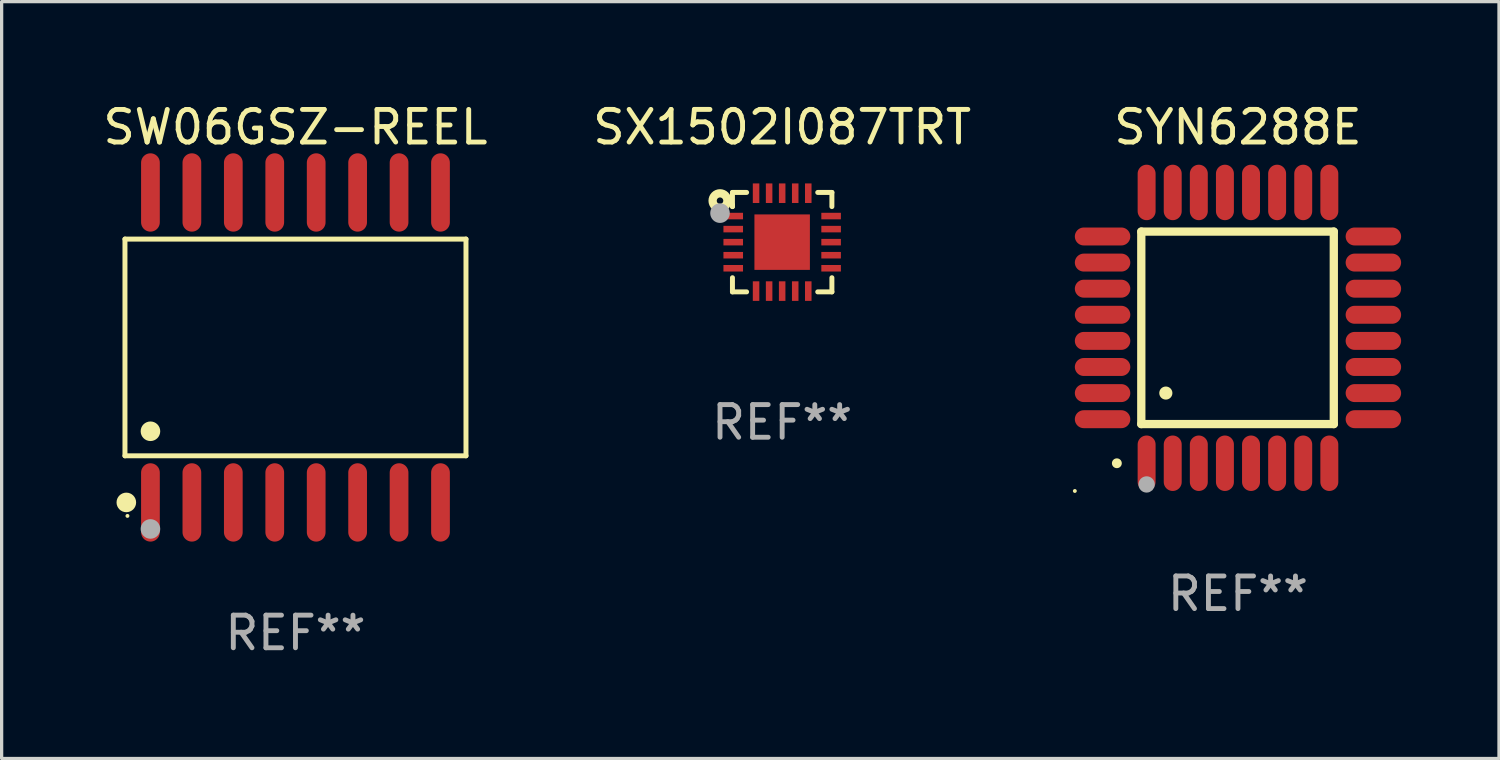
<source format=kicad_pcb>
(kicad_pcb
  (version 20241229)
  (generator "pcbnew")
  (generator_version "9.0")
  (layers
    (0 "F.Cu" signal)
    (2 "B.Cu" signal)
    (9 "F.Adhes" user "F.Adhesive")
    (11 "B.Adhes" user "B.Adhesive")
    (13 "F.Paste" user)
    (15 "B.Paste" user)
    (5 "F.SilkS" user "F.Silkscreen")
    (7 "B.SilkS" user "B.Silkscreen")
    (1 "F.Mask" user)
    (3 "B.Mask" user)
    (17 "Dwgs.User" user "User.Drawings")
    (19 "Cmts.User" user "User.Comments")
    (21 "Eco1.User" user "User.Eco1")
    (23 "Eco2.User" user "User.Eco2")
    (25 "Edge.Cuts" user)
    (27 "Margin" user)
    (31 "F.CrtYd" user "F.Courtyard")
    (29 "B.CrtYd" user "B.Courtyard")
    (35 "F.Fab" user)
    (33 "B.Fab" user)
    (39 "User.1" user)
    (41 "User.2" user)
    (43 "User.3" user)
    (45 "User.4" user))
  (footprint "SYN6288E"
    (layer "F.Cu")
    (at 34.893 6.998)
    (property "Reference" "SYN6288E" (at 0 -6.15 0) (layer "F.SilkS") (effects (font (size 1 1) (thickness 0.15))))
    (attr through_hole)
    (fp_line (start -2.963 -2.95) (end -2.963 2.95) (stroke (width 0.254) (type solid)) (layer "F.SilkS"))
    (fp_line (start -2.963 2.95) (end 2.937 2.95) (stroke (width 0.254) (type solid)) (layer "F.SilkS"))
    (fp_line (start 2.937 -2.95) (end -2.963 -2.95) (stroke (width 0.254) (type solid)) (layer "F.SilkS"))
    (fp_line (start 2.937 2.95) (end 2.937 -2.95) (stroke (width 0.254) (type solid)) (layer "F.SilkS"))
    (fp_arc (start -3.713487 4.150368) (mid -3.712217 4.150363) (end -3.710947 4.150368) (stroke (width 0.3) (type solid)) (layer "F.SilkS"))
    (fp_arc (start -2.212344 1.998984) (mid -2.211074 1.99898) (end -2.209804 1.998984) (stroke (width 0.4) (type solid)) (layer "F.SilkS"))
    (fp_circle (center -5 5) (end -4.97 5) (stroke (width 0.06) (type solid)) (fill no) (layer "F.SilkS"))
    (fp_circle (center -2.8 4.8) (end -2.675 4.8) (stroke (width 0.25) (type solid)) (fill no) (layer "F.Fab"))
    (fp_text user "REF**" (at 0 8.15 0) (layer "F.Fab") (effects (font (size 1 1) (thickness 0.15))))
    (pad "1" smd oval (at -2.8 4.15 180) (size 0.55 1.7) (layers "F.Cu" "F.Mask" "F.Paste"))
    (pad "2" smd oval (at -2 4.15 180) (size 0.55 1.7) (layers "F.Cu" "F.Mask" "F.Paste"))
    (pad "3" smd oval (at -1.2 4.15 180) (size 0.55 1.7) (layers "F.Cu" "F.Mask" "F.Paste"))
    (pad "4" smd oval (at -0.4 4.15 180) (size 0.55 1.7) (layers "F.Cu" "F.Mask" "F.Paste"))
    (pad "5" smd oval (at 0.4 4.15 180) (size 0.55 1.7) (layers "F.Cu" "F.Mask" "F.Paste"))
    (pad "6" smd oval (at 1.2 4.15 180) (size 0.55 1.7) (layers "F.Cu" "F.Mask" "F.Paste"))
    (pad "7" smd oval (at 2 4.15 180) (size 0.55 1.7) (layers "F.Cu" "F.Mask" "F.Paste"))
    (pad "8" smd oval (at 2.8 4.15 180) (size 0.55 1.7) (layers "F.Cu" "F.Mask" "F.Paste"))
    (pad "9" smd oval (at 4.15 2.8 90) (size 0.55 1.7) (layers "F.Cu" "F.Mask" "F.Paste"))
    (pad "10" smd oval (at 4.15 2 90) (size 0.55 1.7) (layers "F.Cu" "F.Mask" "F.Paste"))
    (pad "11" smd oval (at 4.15 1.2 90) (size 0.55 1.7) (layers "F.Cu" "F.Mask" "F.Paste"))
    (pad "12" smd oval (at 4.15 0.4 90) (size 0.55 1.7) (layers "F.Cu" "F.Mask" "F.Paste"))
    (pad "13" smd oval (at 4.15 -0.4 90) (size 0.55 1.7) (layers "F.Cu" "F.Mask" "F.Paste"))
    (pad "14" smd oval (at 4.15 -1.2 90) (size 0.55 1.7) (layers "F.Cu" "F.Mask" "F.Paste"))
    (pad "15" smd oval (at 4.15 -2 90) (size 0.55 1.7) (layers "F.Cu" "F.Mask" "F.Paste"))
    (pad "16" smd oval (at 4.15 -2.8 90) (size 0.55 1.7) (layers "F.Cu" "F.Mask" "F.Paste"))
    (pad "17" smd oval (at 2.8 -4.15 180) (size 0.55 1.7) (layers "F.Cu" "F.Mask" "F.Paste"))
    (pad "18" smd oval (at 2 -4.15 180) (size 0.55 1.7) (layers "F.Cu" "F.Mask" "F.Paste"))
    (pad "19" smd oval (at 1.2 -4.15 180) (size 0.55 1.7) (layers "F.Cu" "F.Mask" "F.Paste"))
    (pad "20" smd oval (at 0.4 -4.15 180) (size 0.55 1.7) (layers "F.Cu" "F.Mask" "F.Paste"))
    (pad "21" smd oval (at -0.4 -4.15 180) (size 0.55 1.7) (layers "F.Cu" "F.Mask" "F.Paste"))
    (pad "22" smd oval (at -1.2 -4.15 180) (size 0.55 1.7) (layers "F.Cu" "F.Mask" "F.Paste"))
    (pad "23" smd oval (at -2 -4.15 180) (size 0.55 1.7) (layers "F.Cu" "F.Mask" "F.Paste"))
    (pad "24" smd oval (at -2.8 -4.15 180) (size 0.55 1.7) (layers "F.Cu" "F.Mask" "F.Paste"))
    (pad "25" smd oval (at -4.15 -2.8 90) (size 0.55 1.7) (layers "F.Cu" "F.Mask" "F.Paste"))
    (pad "26" smd oval (at -4.15 -2 90) (size 0.55 1.7) (layers "F.Cu" "F.Mask" "F.Paste"))
    (pad "27" smd oval (at -4.15 -1.2 90) (size 0.55 1.7) (layers "F.Cu" "F.Mask" "F.Paste"))
    (pad "28" smd oval (at -4.15 -0.4 90) (size 0.55 1.7) (layers "F.Cu" "F.Mask" "F.Paste"))
    (pad "29" smd oval (at -4.15 0.4 90) (size 0.55 1.7) (layers "F.Cu" "F.Mask" "F.Paste"))
    (pad "30" smd oval (at -4.15 1.2 90) (size 0.55 1.7) (layers "F.Cu" "F.Mask" "F.Paste"))
    (pad "31" smd oval (at -4.15 2 90) (size 0.55 1.7) (layers "F.Cu" "F.Mask" "F.Paste"))
    (pad "32" smd oval (at -4.15 2.8 90) (size 0.55 1.7) (layers "F.Cu" "F.Mask" "F.Paste")))
  (footprint "SX1502I087TRT"
    (layer "F.Cu")
    (at 20.923 4.372)
    (property "Reference" "SX1502I087TRT" (at 0 -3.524 0) (layer "F.SilkS") (effects (font (size 1 1) (thickness 0.15))))
    (attr through_hole)
    (fp_line (start -1.524 -1.524) (end -1.09 -1.524) (stroke (width 0.152) (type solid)) (layer "F.SilkS"))
    (fp_line (start -1.524 -1.09) (end -1.524 -1.524) (stroke (width 0.152) (type solid)) (layer "F.SilkS"))
    (fp_line (start -1.524 -1.09) (end -1.524 -1.143) (stroke (width 0.152) (type solid)) (layer "F.SilkS"))
    (fp_line (start -1.524 1.524) (end -1.524 1.09) (stroke (width 0.152) (type solid)) (layer "F.SilkS"))
    (fp_line (start -1.09 1.524) (end -1.524 1.524) (stroke (width 0.152) (type solid)) (layer "F.SilkS"))
    (fp_line (start 1.09 -1.524) (end 1.524 -1.524) (stroke (width 0.152) (type solid)) (layer "F.SilkS"))
    (fp_line (start 1.524 -1.524) (end 1.524 -1.09) (stroke (width 0.152) (type solid)) (layer "F.SilkS"))
    (fp_line (start 1.524 1.09) (end 1.524 1.524) (stroke (width 0.152) (type solid)) (layer "F.SilkS"))
    (fp_line (start 1.524 1.524) (end 1.09 1.524) (stroke (width 0.152) (type solid)) (layer "F.SilkS"))
    (fp_circle (center -1.905 -1.27) (end -1.805 -1.27) (stroke (width 0.254) (type solid)) (fill no) (layer "F.SilkS"))
    (fp_circle (center -1.5 -1.5) (end -1.47 -1.5) (stroke (width 0.06) (type solid)) (fill no) (layer "F.SilkS"))
    (fp_circle (center -1.905 -0.889) (end -1.755 -0.889) (stroke (width 0.3) (type solid)) (fill no) (layer "F.Fab"))
    (fp_text user "REF**" (at 0 5.524 0) (layer "F.Fab") (effects (font (size 1 1) (thickness 0.15))))
    (pad "1" smd rect (at -1.5 -0.8) (size 0.6 0.2) (layers "F.Cu" "F.Mask" "F.Paste"))
    (pad "2" smd rect (at -1.5 -0.4) (size 0.6 0.2) (layers "F.Cu" "F.Mask" "F.Paste"))
    (pad "3" smd rect (at -1.5 -0.000203) (size 0.6 0.2) (layers "F.Cu" "F.Mask" "F.Paste"))
    (pad "4" smd rect (at -1.5 0.4) (size 0.6 0.2) (layers "F.Cu" "F.Mask" "F.Paste"))
    (pad "5" smd rect (at -1.5 0.8) (size 0.6 0.2) (layers "F.Cu" "F.Mask" "F.Paste"))
    (pad "6" smd rect (at -0.8 1.5) (size 0.2 0.6) (layers "F.Cu" "F.Mask" "F.Paste"))
    (pad "7" smd rect (at -0.4 1.5) (size 0.2 0.6) (layers "F.Cu" "F.Mask" "F.Paste"))
    (pad "8" smd rect (at -0.000178 1.5) (size 0.2 0.6) (layers "F.Cu" "F.Mask" "F.Paste"))
    (pad "9" smd rect (at 0.4 1.5) (size 0.2 0.6) (layers "F.Cu" "F.Mask" "F.Paste"))
    (pad "10" smd rect (at 0.8 1.5) (size 0.2 0.6) (layers "F.Cu" "F.Mask" "F.Paste"))
    (pad "11" smd rect (at 1.5 0.8) (size 0.6 0.2) (layers "F.Cu" "F.Mask" "F.Paste"))
    (pad "12" smd rect (at 1.5 0.4) (size 0.6 0.2) (layers "F.Cu" "F.Mask" "F.Paste"))
    (pad "13" smd rect (at 1.5 -0.000203) (size 0.6 0.2) (layers "F.Cu" "F.Mask" "F.Paste"))
    (pad "14" smd rect (at 1.5 -0.4) (size 0.6 0.2) (layers "F.Cu" "F.Mask" "F.Paste"))
    (pad "15" smd rect (at 1.5 -0.8) (size 0.6 0.2) (layers "F.Cu" "F.Mask" "F.Paste"))
    (pad "16" smd rect (at 0.8 -1.5) (size 0.2 0.6) (layers "F.Cu" "F.Mask" "F.Paste"))
    (pad "17" smd rect (at 0.4 -1.5) (size 0.2 0.6) (layers "F.Cu" "F.Mask" "F.Paste"))
    (pad "18" smd rect (at 0.000076 -1.5) (size 0.2 0.6) (layers "F.Cu" "F.Mask" "F.Paste"))
    (pad "19" smd rect (at -0.4 -1.5) (size 0.2 0.6) (layers "F.Cu" "F.Mask" "F.Paste"))
    (pad "20" smd rect (at -0.8 -1.5) (size 0.2 0.6) (layers "F.Cu" "F.Mask" "F.Paste"))
    (pad "21" smd rect (at -0.000178 -0.000203 180) (size 1.7 1.7) (layers "F.Cu" "F.Mask" "F.Paste")))
  (footprint "SW06GSZ-REEL"
    (layer "F.Cu")
    (at 6.006 7.599)
    (property "Reference" "SW06GSZ-REEL" (at 0 -6.75 0) (layer "F.SilkS") (effects (font (size 1 1) (thickness 0.15))))
    (attr through_hole)
    (fp_line (start -5.226 -3.321) (end 5.226 -3.321) (stroke (width 0.152) (type solid)) (layer "F.SilkS"))
    (fp_line (start -5.226 3.321) (end -5.226 -3.321) (stroke (width 0.152) (type solid)) (layer "F.SilkS"))
    (fp_line (start 5.226 -3.321) (end 5.226 3.321) (stroke (width 0.152) (type solid)) (layer "F.SilkS"))
    (fp_line (start 5.226 3.321) (end -5.226 3.321) (stroke (width 0.152) (type solid)) (layer "F.SilkS"))
    (fp_circle (center -5.184 4.75) (end -5.034 4.75) (stroke (width 0.3) (type solid)) (fill no) (layer "F.SilkS"))
    (fp_circle (center -5.15 5.163) (end -5.12 5.163) (stroke (width 0.06) (type solid)) (fill no) (layer "F.SilkS"))
    (fp_circle (center -4.445 2.569) (end -4.295 2.569) (stroke (width 0.3) (type solid)) (fill no) (layer "F.SilkS"))
    (fp_circle (center -4.445 5.563) (end -4.295 5.563) (stroke (width 0.3) (type solid)) (fill no) (layer "F.Fab"))
    (fp_text user "REF**" (at 0 8.75 0) (layer "F.Fab") (effects (font (size 1 1) (thickness 0.15))))
    (pad "1" smd oval (at -4.445 4.75) (size 0.574 2.401) (layers "F.Cu" "F.Mask" "F.Paste"))
    (pad "2" smd oval (at -3.175 4.75) (size 0.574 2.401) (layers "F.Cu" "F.Mask" "F.Paste"))
    (pad "3" smd oval (at -1.905 4.75) (size 0.574 2.401) (layers "F.Cu" "F.Mask" "F.Paste"))
    (pad "4" smd oval (at -0.635 4.75) (size 0.574 2.401) (layers "F.Cu" "F.Mask" "F.Paste"))
    (pad "5" smd oval (at 0.635 4.75) (size 0.574 2.401) (layers "F.Cu" "F.Mask" "F.Paste"))
    (pad "6" smd oval (at 1.905 4.75) (size 0.574 2.401) (layers "F.Cu" "F.Mask" "F.Paste"))
    (pad "7" smd oval (at 3.175 4.75) (size 0.574 2.401) (layers "F.Cu" "F.Mask" "F.Paste"))
    (pad "8" smd oval (at 4.445 4.75) (size 0.574 2.401) (layers "F.Cu" "F.Mask" "F.Paste"))
    (pad "9" smd oval (at 4.445 -4.75) (size 0.574 2.401) (layers "F.Cu" "F.Mask" "F.Paste"))
    (pad "10" smd oval (at 3.175 -4.75) (size 0.574 2.401) (layers "F.Cu" "F.Mask" "F.Paste"))
    (pad "11" smd oval (at 1.905 -4.75) (size 0.574 2.401) (layers "F.Cu" "F.Mask" "F.Paste"))
    (pad "12" smd oval (at 0.635 -4.75) (size 0.574 2.401) (layers "F.Cu" "F.Mask" "F.Paste"))
    (pad "13" smd oval (at -0.635 -4.75) (size 0.574 2.401) (layers "F.Cu" "F.Mask" "F.Paste"))
    (pad "14" smd oval (at -1.905 -4.75) (size 0.574 2.401) (layers "F.Cu" "F.Mask" "F.Paste"))
    (pad "15" smd oval (at -3.175 -4.75) (size 0.574 2.401) (layers "F.Cu" "F.Mask" "F.Paste"))
    (pad "16" smd oval (at -4.445 -4.75) (size 0.574 2.401) (layers "F.Cu" "F.Mask" "F.Paste")))
  (gr_rect
    (start -3 -3)
    (end 42.893 20.197)
    (stroke (width 0.1) (type default))
    (fill no)
    (layer "Edge.Cuts")))
</source>
